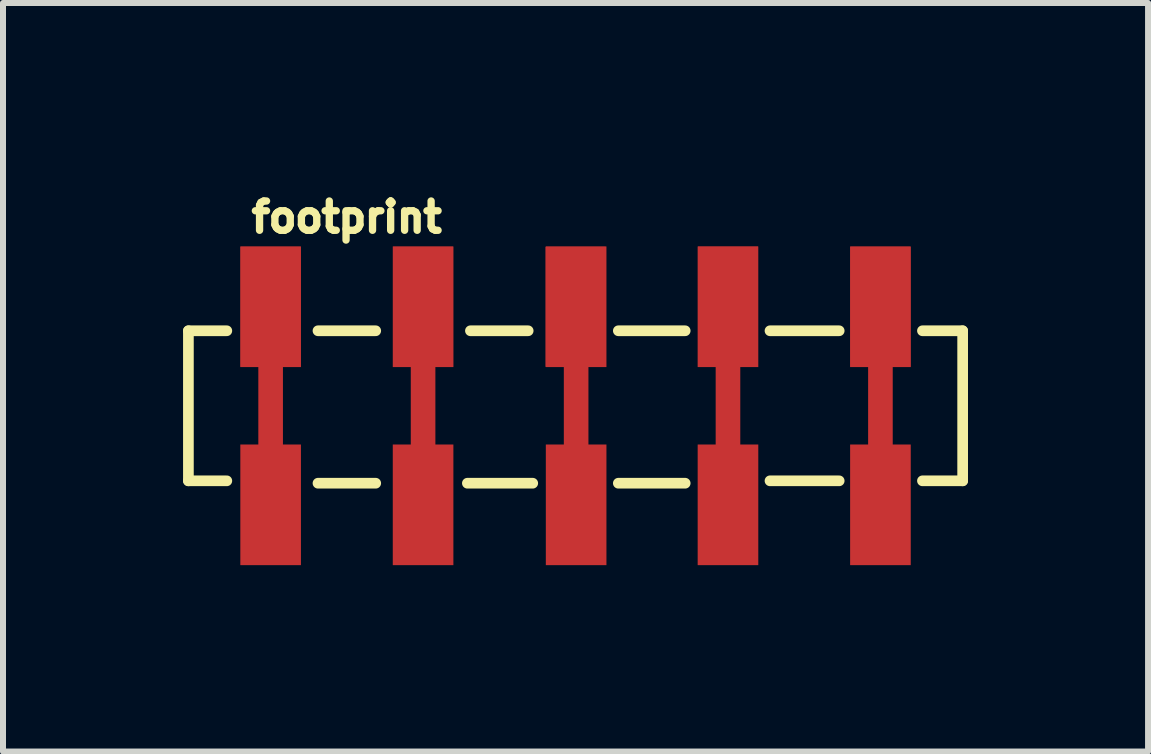
<source format=kicad_pcb>
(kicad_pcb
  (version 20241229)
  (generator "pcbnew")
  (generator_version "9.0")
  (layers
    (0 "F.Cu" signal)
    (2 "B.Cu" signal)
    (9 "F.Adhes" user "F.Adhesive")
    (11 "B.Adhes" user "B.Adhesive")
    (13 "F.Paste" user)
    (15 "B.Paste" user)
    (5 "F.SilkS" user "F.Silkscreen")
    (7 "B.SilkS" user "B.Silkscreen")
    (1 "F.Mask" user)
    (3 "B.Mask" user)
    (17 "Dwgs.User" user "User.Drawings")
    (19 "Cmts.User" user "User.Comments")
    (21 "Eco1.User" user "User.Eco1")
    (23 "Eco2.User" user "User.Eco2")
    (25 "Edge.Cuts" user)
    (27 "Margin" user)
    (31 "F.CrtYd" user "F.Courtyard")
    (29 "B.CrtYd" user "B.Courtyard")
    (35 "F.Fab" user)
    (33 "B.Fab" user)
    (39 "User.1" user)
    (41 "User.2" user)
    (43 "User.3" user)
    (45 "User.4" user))
  (footprint "footprint"
    (layer "F.Cu")
    (at 1.459 3.711)
    (property "Reference" "footprint" (at -0.381 -2.858 0) (layer "F.SilkS") (effects (font (size 0.488 0.488) (thickness 0.122)) (justify left bottom)))
    (fp_poly (pts (xy 0.505 -0.645) (xy 0.205 -0.645) (xy 0.205 0.645) (xy 0.505 0.645) (xy 0.505 2.655) (xy -0.505 2.655) (xy -0.505 0.645) (xy -0.205 0.645) (xy -0.205 -0.645) (xy -0.505 -0.645) (xy -0.505 -2.655) (xy 0.505 -2.655)) (stroke (width 0) (type solid)) (fill yes) (layer "F.Cu"))
    (fp_poly (pts (xy 3.045 -0.645) (xy 2.745 -0.645) (xy 2.745 0.645) (xy 3.045 0.645) (xy 3.045 2.655) (xy 2.035 2.655) (xy 2.035 0.645) (xy 2.335 0.645) (xy 2.335 -0.645) (xy 2.035 -0.645) (xy 2.035 -2.655) (xy 3.045 -2.655)) (stroke (width 0) (type solid)) (fill yes) (layer "F.Cu"))
    (fp_poly (pts (xy 5.595 -0.645) (xy 5.295 -0.645) (xy 5.295 0.645) (xy 5.595 0.645) (xy 5.595 2.655) (xy 4.585 2.655) (xy 4.585 0.645) (xy 4.885 0.645) (xy 4.885 -0.645) (xy 4.585 -0.645) (xy 4.585 -2.655) (xy 5.595 -2.655)) (stroke (width 0) (type solid)) (fill yes) (layer "F.Cu"))
    (fp_poly (pts (xy 8.125 -0.645) (xy 7.825 -0.645) (xy 7.825 0.645) (xy 8.125 0.645) (xy 8.125 2.655) (xy 7.115 2.655) (xy 7.115 0.645) (xy 7.415 0.645) (xy 7.415 -0.645) (xy 7.115 -0.645) (xy 7.115 -2.655) (xy 8.125 -2.655)) (stroke (width 0) (type solid)) (fill yes) (layer "F.Cu"))
    (fp_poly (pts (xy 10.665 -0.645) (xy 10.365 -0.645) (xy 10.365 0.645) (xy 10.665 0.645) (xy 10.665 2.655) (xy 9.655 2.655) (xy 9.655 0.645) (xy 9.955 0.645) (xy 9.955 -0.645) (xy 9.655 -0.645) (xy 9.655 -2.655) (xy 10.665 -2.655)) (stroke (width 0) (type solid)) (fill yes) (layer "F.Cu"))
    (fp_poly (pts (xy 0.58 0.56) (xy -0.62 0.56) (xy -0.62 2.76) (xy 0.58 2.76)) (stroke (width 0) (type solid)) (fill yes) (layer "F.Mask"))
    (fp_poly (pts (xy 0.6 -2.74) (xy -0.6 -2.74) (xy -0.6 -0.54) (xy 0.6 -0.54)) (stroke (width 0) (type solid)) (fill yes) (layer "F.Mask"))
    (fp_poly (pts (xy 3.12 0.56) (xy 1.92 0.56) (xy 1.92 2.76) (xy 3.12 2.76)) (stroke (width 0) (type solid)) (fill yes) (layer "F.Mask"))
    (fp_poly (pts (xy 3.14 -2.74) (xy 1.94 -2.74) (xy 1.94 -0.54) (xy 3.14 -0.54)) (stroke (width 0) (type solid)) (fill yes) (layer "F.Mask"))
    (fp_poly (pts (xy 5.67 0.56) (xy 4.47 0.56) (xy 4.47 2.76) (xy 5.67 2.76)) (stroke (width 0) (type solid)) (fill yes) (layer "F.Mask"))
    (fp_poly (pts (xy 5.69 -2.74) (xy 4.49 -2.74) (xy 4.49 -0.54) (xy 5.69 -0.54)) (stroke (width 0) (type solid)) (fill yes) (layer "F.Mask"))
    (fp_poly (pts (xy 8.2 0.56) (xy 7 0.56) (xy 7 2.76) (xy 8.2 2.76)) (stroke (width 0) (type solid)) (fill yes) (layer "F.Mask"))
    (fp_poly (pts (xy 8.22 -2.74) (xy 7.02 -2.74) (xy 7.02 -0.54) (xy 8.22 -0.54)) (stroke (width 0) (type solid)) (fill yes) (layer "F.Mask"))
    (fp_poly (pts (xy 10.74 0.56) (xy 9.54 0.56) (xy 9.54 2.76) (xy 10.74 2.76)) (stroke (width 0) (type solid)) (fill yes) (layer "F.Mask"))
    (fp_poly (pts (xy 10.76 -2.74) (xy 9.56 -2.74) (xy 9.56 -0.54) (xy 10.76 -0.54)) (stroke (width 0) (type solid)) (fill yes) (layer "F.Mask"))
    (fp_line (start -1.37 -1.25) (end -0.73 -1.25) (stroke (width 0.178) (type solid)) (layer "F.SilkS"))
    (fp_line (start -1.37 1.25) (end -1.37 -1.25) (stroke (width 0.178) (type solid)) (layer "F.SilkS"))
    (fp_line (start -0.73 1.25) (end -1.37 1.25) (stroke (width 0.178) (type solid)) (layer "F.SilkS"))
    (fp_line (start 0.789 -1.25) (end 1.751 -1.25) (stroke (width 0.178) (type solid)) (layer "F.SilkS"))
    (fp_line (start 0.789 1.29) (end 1.751 1.29) (stroke (width 0.178) (type solid)) (layer "F.SilkS"))
    (fp_line (start 3.278 1.29) (end 4.367 1.29) (stroke (width 0.178) (type solid)) (layer "F.SilkS"))
    (fp_line (start 3.329 -1.25) (end 4.291 -1.25) (stroke (width 0.178) (type solid)) (layer "F.SilkS"))
    (fp_line (start 5.793 -1.25) (end 6.907 -1.25) (stroke (width 0.178) (type solid)) (layer "F.SilkS"))
    (fp_line (start 5.793 1.29) (end 6.907 1.29) (stroke (width 0.178) (type solid)) (layer "F.SilkS"))
    (fp_line (start 8.32 -1.25) (end 9.473 -1.25) (stroke (width 0.178) (type solid)) (layer "F.SilkS"))
    (fp_line (start 9.473 1.25) (end 8.32 1.25) (stroke (width 0.178) (type solid)) (layer "F.SilkS"))
    (fp_line (start 10.86 -1.25) (end 11.53 -1.25) (stroke (width 0.178) (type solid)) (layer "F.SilkS"))
    (fp_line (start 11.53 -1.25) (end 11.53 1.25) (stroke (width 0.178) (type solid)) (layer "F.SilkS"))
    (fp_line (start 11.53 1.25) (end 10.86 1.25) (stroke (width 0.178) (type solid)) (layer "F.SilkS"))
    (fp_poly (pts (xy 0.58 0.56) (xy -0.62 0.56) (xy -0.62 2.76) (xy 0.58 2.76)) (stroke (width 0) (type solid)) (fill yes) (layer "F.Paste"))
    (fp_poly (pts (xy 0.6 -2.74) (xy -0.6 -2.74) (xy -0.6 -0.54) (xy 0.6 -0.54)) (stroke (width 0) (type solid)) (fill yes) (layer "F.Paste"))
    (fp_poly (pts (xy 3.12 0.56) (xy 1.92 0.56) (xy 1.92 2.76) (xy 3.12 2.76)) (stroke (width 0) (type solid)) (fill yes) (layer "F.Paste"))
    (fp_poly (pts (xy 3.14 -2.74) (xy 1.94 -2.74) (xy 1.94 -0.54) (xy 3.14 -0.54)) (stroke (width 0) (type solid)) (fill yes) (layer "F.Paste"))
    (fp_poly (pts (xy 5.67 0.56) (xy 4.47 0.56) (xy 4.47 2.76) (xy 5.67 2.76)) (stroke (width 0) (type solid)) (fill yes) (layer "F.Paste"))
    (fp_poly (pts (xy 5.69 -2.74) (xy 4.49 -2.74) (xy 4.49 -0.54) (xy 5.69 -0.54)) (stroke (width 0) (type solid)) (fill yes) (layer "F.Paste"))
    (fp_poly (pts (xy 8.2 0.56) (xy 7 0.56) (xy 7 2.76) (xy 8.2 2.76)) (stroke (width 0) (type solid)) (fill yes) (layer "F.Paste"))
    (fp_poly (pts (xy 8.22 -2.74) (xy 7.02 -2.74) (xy 7.02 -0.54) (xy 8.22 -0.54)) (stroke (width 0) (type solid)) (fill yes) (layer "F.Paste"))
    (fp_poly (pts (xy 10.74 0.56) (xy 9.54 0.56) (xy 9.54 2.76) (xy 10.74 2.76)) (stroke (width 0) (type solid)) (fill yes) (layer "F.Paste"))
    (fp_poly (pts (xy 10.76 -2.74) (xy 9.56 -2.74) (xy 9.56 -0.54) (xy 10.76 -0.54)) (stroke (width 0) (type solid)) (fill yes) (layer "F.Paste"))
    (pad "1" smd rect (at 0 -1.65 90) (size 2 1) (layers "F.Cu" "F.Paste"))
    (pad "2" smd rect (at 2.54 -1.65 90) (size 2 1) (layers "F.Cu" "F.Paste"))
    (pad "3" smd rect (at 5.08 -1.65 90) (size 2 1) (layers "F.Cu"))
    (pad "4" smd rect (at 7.62 -1.652 90) (size 2 1) (layers "F.Cu"))
    (pad "5" smd rect (at 10.16 -1.65 90) (size 2 1) (layers "F.Cu")))
  (gr_rect
    (start -3 -3)
    (end 16.078 9.471)
    (stroke (width 0.1) (type default))
    (fill no)
    (layer "Edge.Cuts")))
</source>
